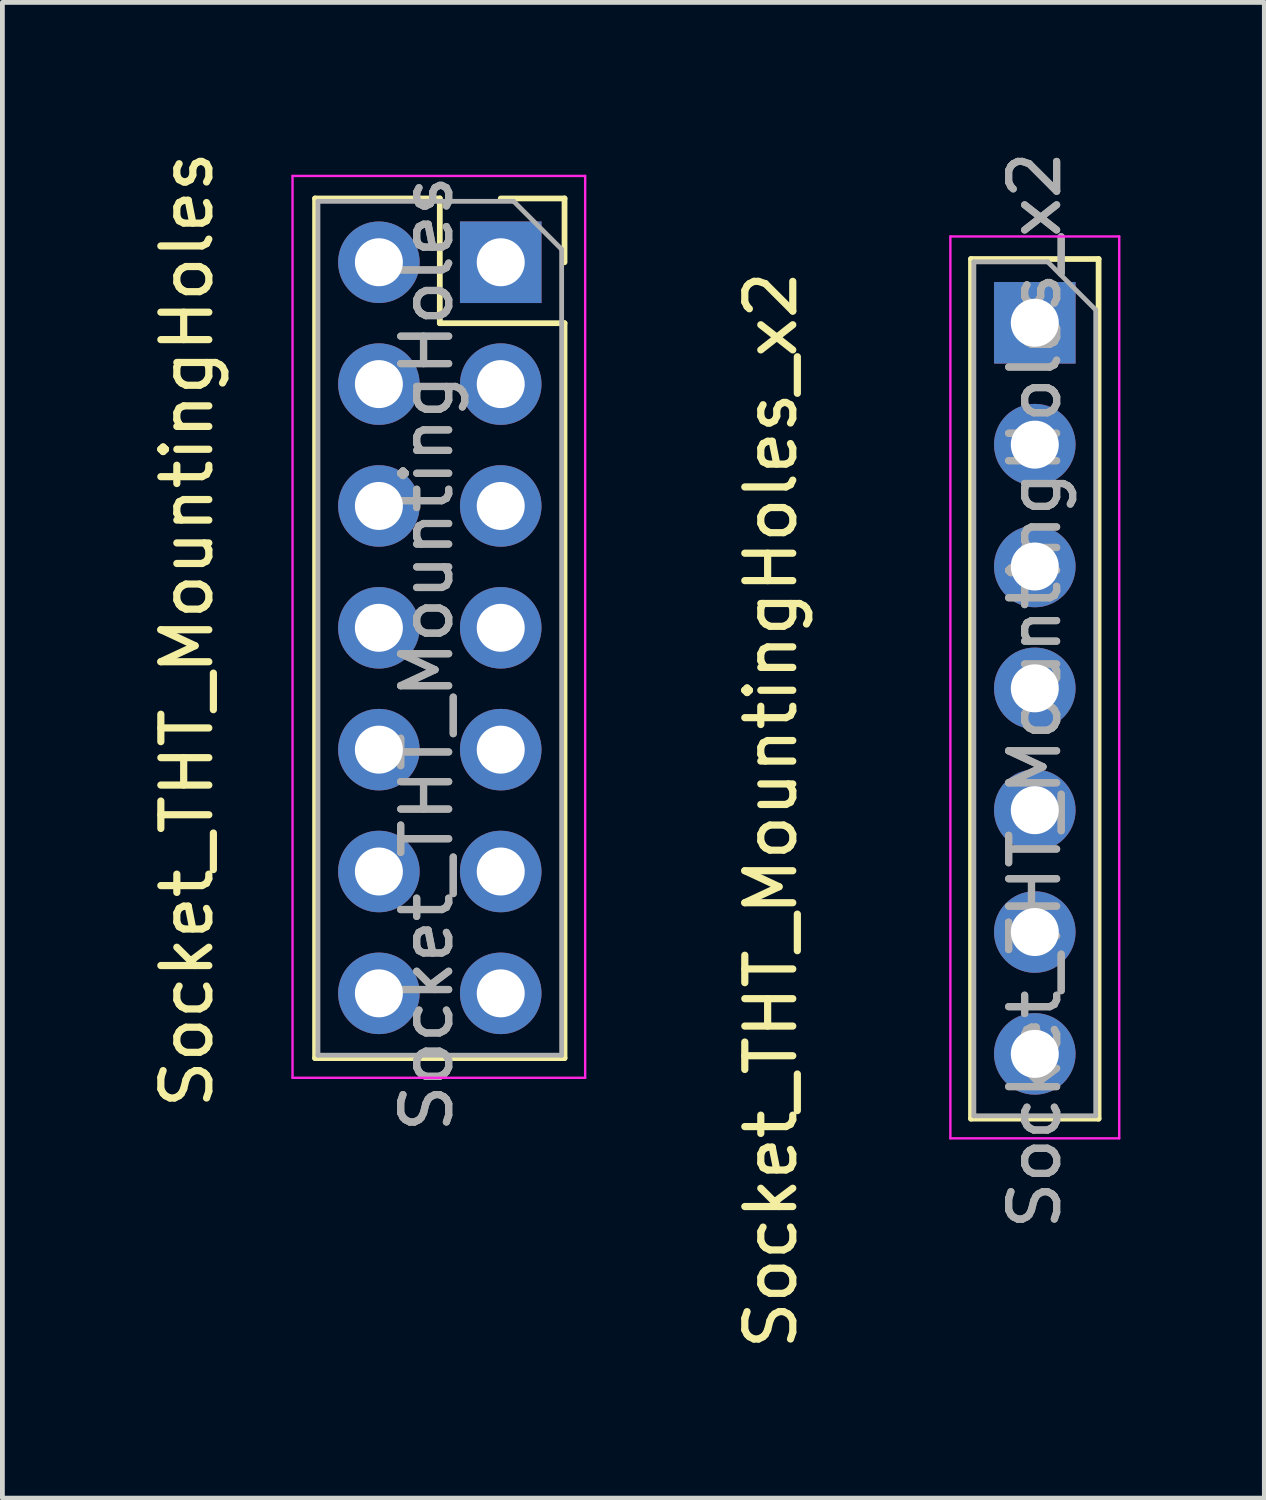
<source format=kicad_pcb>
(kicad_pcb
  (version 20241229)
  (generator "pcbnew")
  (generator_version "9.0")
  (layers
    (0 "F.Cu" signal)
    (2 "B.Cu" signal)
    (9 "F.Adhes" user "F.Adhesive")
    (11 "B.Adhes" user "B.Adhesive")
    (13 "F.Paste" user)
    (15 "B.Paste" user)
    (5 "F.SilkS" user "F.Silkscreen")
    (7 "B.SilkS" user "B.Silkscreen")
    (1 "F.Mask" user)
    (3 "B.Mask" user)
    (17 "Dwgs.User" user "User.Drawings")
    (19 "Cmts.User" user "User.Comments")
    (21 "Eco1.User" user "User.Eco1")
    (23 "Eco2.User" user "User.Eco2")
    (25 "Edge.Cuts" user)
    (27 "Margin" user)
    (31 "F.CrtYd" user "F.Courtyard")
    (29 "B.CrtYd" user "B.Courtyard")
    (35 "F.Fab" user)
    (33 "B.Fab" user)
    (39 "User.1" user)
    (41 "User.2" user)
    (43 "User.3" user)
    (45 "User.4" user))
  (footprint "Socket_THT_MountingHoles"
    (layer "F.Cu")
    (at 5.848 10.077)
    (property "Reference" "Socket_THT_MountingHoles" (at -5 0 90) (layer "F.SilkS") (effects (font (size 1 1) (thickness 0.15))))
    (attr through_hole)
    (fp_line (start -2.33 -8.99) (end -2.33 8.93) (stroke (width 0.12) (type solid)) (layer "F.SilkS"))
    (fp_line (start -2.33 -8.99) (end 0.27 -8.99) (stroke (width 0.12) (type solid)) (layer "F.SilkS"))
    (fp_line (start -2.33 8.93) (end 2.87 8.93) (stroke (width 0.12) (type solid)) (layer "F.SilkS"))
    (fp_line (start 0.27 -8.99) (end 0.27 -6.39) (stroke (width 0.12) (type solid)) (layer "F.SilkS"))
    (fp_line (start 0.27 -6.39) (end 2.87 -6.39) (stroke (width 0.12) (type solid)) (layer "F.SilkS"))
    (fp_line (start 1.54 -8.99) (end 2.87 -8.99) (stroke (width 0.12) (type solid)) (layer "F.SilkS"))
    (fp_line (start 2.87 -8.99) (end 2.87 -7.66) (stroke (width 0.12) (type solid)) (layer "F.SilkS"))
    (fp_line (start 2.87 -6.39) (end 2.87 8.93) (stroke (width 0.12) (type solid)) (layer "F.SilkS"))
    (fp_line (start -2.8 -9.46) (end 3.3 -9.46) (stroke (width 0.05) (type solid)) (layer "F.CrtYd"))
    (fp_line (start -2.8 9.34) (end -2.8 -9.46) (stroke (width 0.05) (type solid)) (layer "F.CrtYd"))
    (fp_line (start 3.3 -9.46) (end 3.3 9.34) (stroke (width 0.05) (type solid)) (layer "F.CrtYd"))
    (fp_line (start 3.3 9.34) (end -2.8 9.34) (stroke (width 0.05) (type solid)) (layer "F.CrtYd"))
    (fp_line (start -2.27 -8.93) (end 1.81 -8.93) (stroke (width 0.1) (type solid)) (layer "F.Fab"))
    (fp_line (start -2.27 8.87) (end -2.27 -8.93) (stroke (width 0.1) (type solid)) (layer "F.Fab"))
    (fp_line (start 1.81 -8.93) (end 2.81 -7.93) (stroke (width 0.1) (type solid)) (layer "F.Fab"))
    (fp_line (start 2.81 -7.93) (end 2.81 8.87) (stroke (width 0.1) (type solid)) (layer "F.Fab"))
    (fp_line (start 2.81 8.87) (end -2.27 8.87) (stroke (width 0.1) (type solid)) (layer "F.Fab"))
    (fp_text user "${REFERENCE}" (at 0 0.5 90) (layer "F.Fab") (effects (font (size 1 1) (thickness 0.15))))
    (fp_text user "${REFERENCE}" (at 0 0.5 90) (layer "F.Fab") (effects (font (size 1 1) (thickness 0.15))))
    (pad "1" thru_hole rect (at 1.54 -7.66) (size 1.7 1.7) (drill 1) (layers "*.Cu" "*.Mask"))
    (pad "2" thru_hole oval (at -1 -7.66) (size 1.7 1.7) (drill 1) (layers "*.Cu" "*.Mask"))
    (pad "3" thru_hole oval (at 1.54 -5.12) (size 1.7 1.7) (drill 1) (layers "*.Cu" "*.Mask"))
    (pad "4" thru_hole oval (at -1 -5.12) (size 1.7 1.7) (drill 1) (layers "*.Cu" "*.Mask"))
    (pad "5" thru_hole oval (at 1.54 -2.58) (size 1.7 1.7) (drill 1) (layers "*.Cu" "*.Mask"))
    (pad "6" thru_hole oval (at -1 -2.58) (size 1.7 1.7) (drill 1) (layers "*.Cu" "*.Mask"))
    (pad "7" thru_hole oval (at 1.54 -0.04) (size 1.7 1.7) (drill 1) (layers "*.Cu" "*.Mask"))
    (pad "8" thru_hole oval (at -1 -0.04) (size 1.7 1.7) (drill 1) (layers "*.Cu" "*.Mask"))
    (pad "9" thru_hole oval (at 1.54 2.5) (size 1.7 1.7) (drill 1) (layers "*.Cu" "*.Mask"))
    (pad "10" thru_hole oval (at -1 2.5) (size 1.7 1.7) (drill 1) (layers "*.Cu" "*.Mask"))
    (pad "11" thru_hole oval (at 1.54 5.04) (size 1.7 1.7) (drill 1) (layers "*.Cu" "*.Mask"))
    (pad "12" thru_hole oval (at -1 5.04) (size 1.7 1.7) (drill 1) (layers "*.Cu" "*.Mask"))
    (pad "13" thru_hole oval (at 1.54 7.58) (size 1.7 1.7) (drill 1) (layers "*.Cu" "*.Mask"))
    (pad "14" thru_hole oval (at -1 7.58) (size 1.7 1.7) (drill 1) (layers "*.Cu" "*.Mask")))
  (footprint "Socket_THT_MountingHoles_x2"
    (layer "F.Cu")
    (at 18.521 13.839)
    (property "Reference" "Socket_THT_MountingHoles_x2" (at -5.5 0 90) (layer "F.SilkS") (effects (font (size 1 1) (thickness 0.15))))
    (attr through_hole)
    (fp_line (start -1.33 -11.49) (end -1.33 6.43) (stroke (width 0.12) (type solid)) (layer "F.SilkS"))
    (fp_line (start -1.33 -11.49) (end 1.33 -11.49) (stroke (width 0.12) (type solid)) (layer "F.SilkS"))
    (fp_line (start -1.33 6.43) (end 1.33 6.43) (stroke (width 0.12) (type solid)) (layer "F.SilkS"))
    (fp_line (start 1.33 -11.49) (end 1.33 6.43) (stroke (width 0.12) (type solid)) (layer "F.SilkS"))
    (fp_line (start -1.76 -11.96) (end 1.76 -11.96) (stroke (width 0.05) (type solid)) (layer "F.CrtYd"))
    (fp_line (start -1.76 6.84) (end -1.76 -11.96) (stroke (width 0.05) (type solid)) (layer "F.CrtYd"))
    (fp_line (start 1.76 -11.96) (end 1.76 6.84) (stroke (width 0.05) (type solid)) (layer "F.CrtYd"))
    (fp_line (start 1.76 6.84) (end -1.76 6.84) (stroke (width 0.05) (type solid)) (layer "F.CrtYd"))
    (fp_line (start -1.27 -11.43) (end 0.27 -11.43) (stroke (width 0.1) (type solid)) (layer "F.Fab"))
    (fp_line (start -1.27 6.37) (end -1.27 -11.43) (stroke (width 0.1) (type solid)) (layer "F.Fab"))
    (fp_line (start 0.27 -11.43) (end 1.27 -10.43) (stroke (width 0.1) (type solid)) (layer "F.Fab"))
    (fp_line (start 1.27 -10.43) (end 1.27 6.37) (stroke (width 0.1) (type solid)) (layer "F.Fab"))
    (fp_line (start 1.27 6.37) (end -1.27 6.37) (stroke (width 0.1) (type solid)) (layer "F.Fab"))
    (fp_text user "${REFERENCE}" (at 0 -2.5 90) (layer "F.Fab") (effects (font (size 1 1) (thickness 0.15))))
    (fp_text user "${REFERENCE}" (at 0 -2.5 90) (layer "F.Fab") (effects (font (size 1 1) (thickness 0.15))))
    (pad "1" thru_hole rect (at 0 -10.16) (size 1.7 1.7) (drill 1) (layers "*.Cu" "*.Mask"))
    (pad "3" thru_hole oval (at 0 -7.62) (size 1.7 1.7) (drill 1) (layers "*.Cu" "*.Mask"))
    (pad "5" thru_hole oval (at 0 -5.08) (size 1.7 1.7) (drill 1) (layers "*.Cu" "*.Mask"))
    (pad "7" thru_hole oval (at 0 -2.54) (size 1.7 1.7) (drill 1) (layers "*.Cu" "*.Mask"))
    (pad "9" thru_hole oval (at 0 0) (size 1.7 1.7) (drill 1) (layers "*.Cu" "*.Mask"))
    (pad "11" thru_hole oval (at 0 2.54) (size 1.7 1.7) (drill 1) (layers "*.Cu" "*.Mask"))
    (pad "13" thru_hole oval (at 0 5.08) (size 1.7 1.7) (drill 1) (layers "*.Cu" "*.Mask")))
  (gr_rect
    (start -3 -3)
    (end 23.306 28.179)
    (stroke (width 0.1) (type default))
    (fill no)
    (layer "Edge.Cuts")))
</source>
